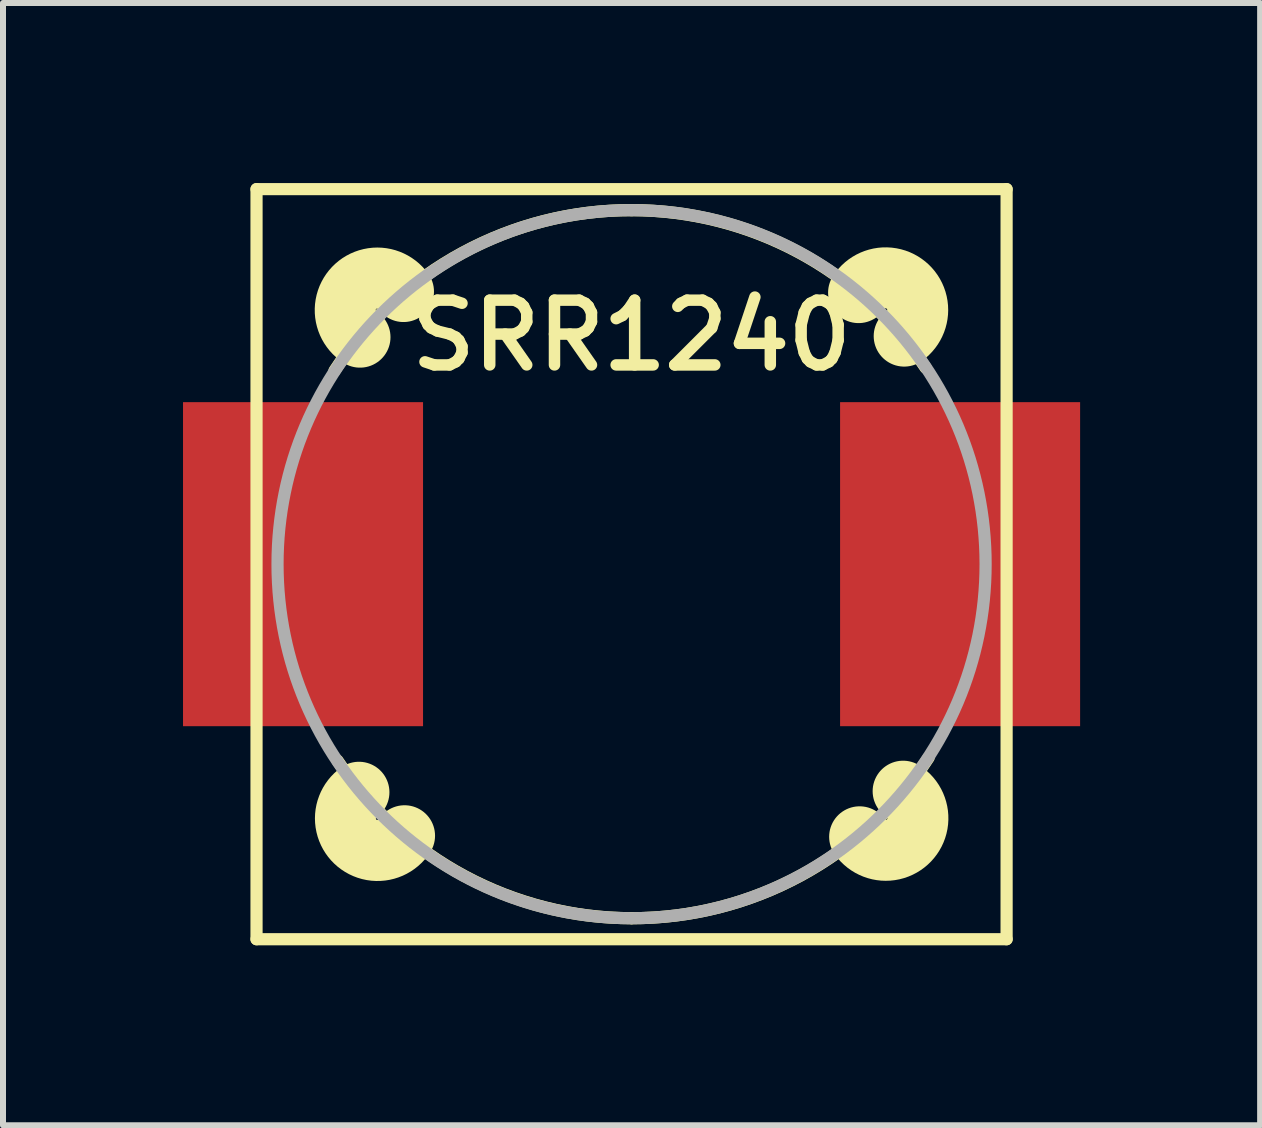
<source format=kicad_pcb>
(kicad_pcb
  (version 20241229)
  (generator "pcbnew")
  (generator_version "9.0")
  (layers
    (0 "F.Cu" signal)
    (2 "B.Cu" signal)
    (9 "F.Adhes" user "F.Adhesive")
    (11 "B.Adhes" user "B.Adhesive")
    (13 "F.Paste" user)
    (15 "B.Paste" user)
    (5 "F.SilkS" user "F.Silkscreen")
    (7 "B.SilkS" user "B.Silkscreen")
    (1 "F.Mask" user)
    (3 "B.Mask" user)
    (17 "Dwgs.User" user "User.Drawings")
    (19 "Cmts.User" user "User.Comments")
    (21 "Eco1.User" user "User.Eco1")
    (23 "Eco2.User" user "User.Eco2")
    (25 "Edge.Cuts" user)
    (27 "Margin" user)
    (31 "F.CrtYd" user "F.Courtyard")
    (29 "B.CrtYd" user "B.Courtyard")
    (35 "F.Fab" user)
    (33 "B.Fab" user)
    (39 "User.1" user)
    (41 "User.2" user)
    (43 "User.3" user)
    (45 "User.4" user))
  (footprint "SRR1240"
    (layer "F.Cu")
    (at 7.475 6.352)
    (property "Reference" "SRR1240" (at 0 -3.81 0) (layer "F.SilkS") (effects (font (size 1.079 1.079) (thickness 0.191))))
    (fp_line (start -6.25 -6.25) (end 6.25 -6.25) (stroke (width 0.203) (type solid)) (layer "F.SilkS"))
    (fp_line (start -6.25 6.25) (end -6.25 -6.25) (stroke (width 0.203) (type solid)) (layer "F.SilkS"))
    (fp_line (start 6.25 -6.25) (end 6.25 6.25) (stroke (width 0.203) (type solid)) (layer "F.SilkS"))
    (fp_line (start 6.25 6.25) (end -6.25 6.25) (stroke (width 0.203) (type solid)) (layer "F.SilkS"))
    (fp_arc (start -4.95 -3.225) (mid -2.814412 -5.190572) (end 0 -5.9) (stroke (width 0.2032) (type solid)) (layer "F.SilkS"))
    (fp_arc (start -4.5254 -3.783) (mid -4.624306 -4.602932) (end -3.8006 -4.543099) (stroke (width 1.016) (type solid)) (layer "F.SilkS"))
    (fp_arc (start -3.783 4.5254) (mid -4.602932 4.624306) (end -4.543099 3.8006) (stroke (width 1.016) (type solid)) (layer "F.SilkS"))
    (fp_arc (start 0 -5.9) (mid 2.778519 -5.200736) (end 4.9 -3.275) (stroke (width 0.2032) (type solid)) (layer "F.SilkS"))
    (fp_arc (start 0 5.9) (mid -2.778519 5.200736) (end -4.9 3.275) (stroke (width 0.2032) (type solid)) (layer "F.SilkS"))
    (fp_arc (start 3.783 -4.5254) (mid 4.602932 -4.624306) (end 4.543099 -3.8006) (stroke (width 1.016) (type solid)) (layer "F.SilkS"))
    (fp_arc (start 4.5254 3.783) (mid 4.624306 4.602932) (end 3.8006 4.543099) (stroke (width 1.016) (type solid)) (layer "F.SilkS"))
    (fp_arc (start 4.95 3.225) (mid 2.814412 5.190572) (end 0 5.9) (stroke (width 0.2032) (type solid)) (layer "F.SilkS"))
    (fp_circle (center 0 0) (end 5.9 0) (stroke (width 0.203) (type solid)) (fill no) (layer "F.Fab"))
    (pad "1" smd rect (at -5.475 0) (size 4 5.4) (layers "F.Cu" "F.Mask" "F.Paste"))
    (pad "2" smd rect (at 5.475 0) (size 4 5.4) (layers "F.Cu" "F.Mask" "F.Paste")))
  (gr_rect
    (start -3 -3)
    (end 17.95 15.703)
    (stroke (width 0.1) (type default))
    (fill no)
    (layer "Edge.Cuts")))
</source>
